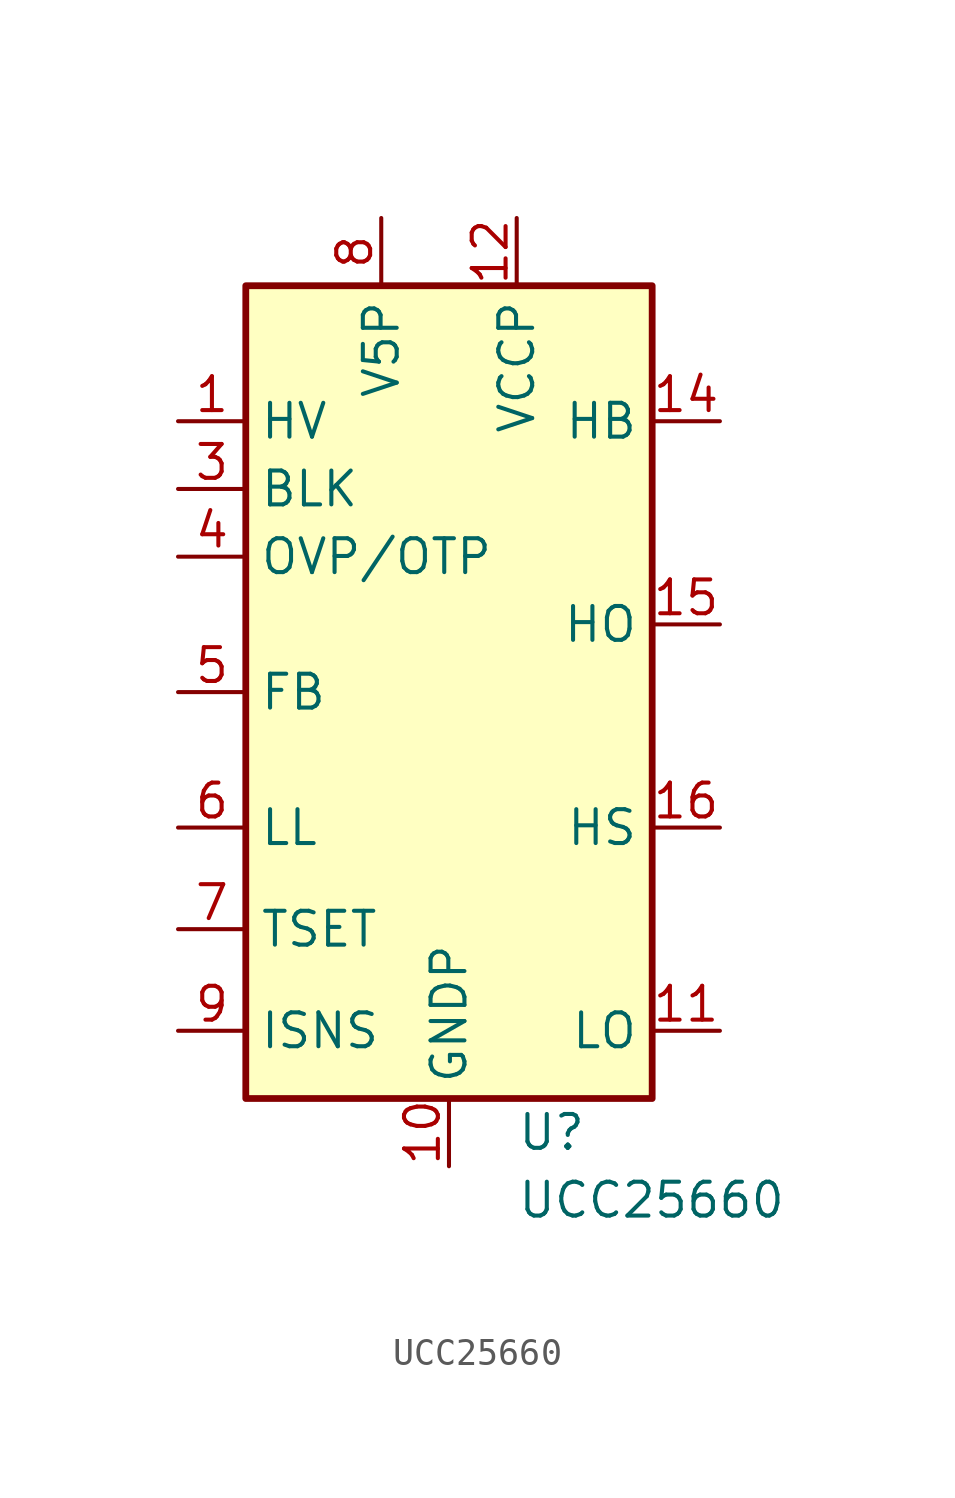
<source format=kicad_sym>
(kicad_symbol_lib
  (version 20220914)
  (generator kicad_db_lib)
  (symbol "UCC25660"
    (property "Reference" "U"
      (at 2.54 -16.51 0)
      (effects (font (size 1.27 1.27)) (justify left)))
    (property "Value" "UCC25660"
      (at 2.54 -19.05 0)
      (effects (font (size 1.27 1.27)) (justify left)))
    (symbol "UCC25660_0_1"
      (rectangle (start -7.62 15.24) (end 7.62 -15.24) (stroke (width 0.254) (type default)) (fill (type background))))
    (symbol "UCC25660_1_1"
      (pin input line (at -10.16 10.16 0) (length 2.54) (name "HV" (effects (font (size 1.27 1.27)))) (number "1" (effects (font (size 1.27 1.27)))))
      (pin power_in line (at 0 -17.78 90) (length 2.54) (name "GNDP" (effects (font (size 1.27 1.27)))) (number "10" (effects (font (size 1.27 1.27)))))
      (pin output line (at 10.16 -12.7 180) (length 2.54) (name "LO" (effects (font (size 1.27 1.27)))) (number "11" (effects (font (size 1.27 1.27)))))
      (pin power_in line (at 2.54 17.78 270) (length 2.54) (name "VCCP" (effects (font (size 1.27 1.27)))) (number "12" (effects (font (size 1.27 1.27)))))
      (pin input line (at 10.16 10.16 180) (length 2.54) (name "HB" (effects (font (size 1.27 1.27)))) (number "14" (effects (font (size 1.27 1.27)))))
      (pin output line (at 10.16 2.54 180) (length 2.54) (name "HO" (effects (font (size 1.27 1.27)))) (number "15" (effects (font (size 1.27 1.27)))))
      (pin input line (at 10.16 -5.08 180) (length 2.54) (name "HS" (effects (font (size 1.27 1.27)))) (number "16" (effects (font (size 1.27 1.27)))))
      (pin input line (at -10.16 7.62 0) (length 2.54) (name "BLK" (effects (font (size 1.27 1.27)))) (number "3" (effects (font (size 1.27 1.27)))))
      (pin input line (at -10.16 5.08 0) (length 2.54) (name "OVP/OTP" (effects (font (size 1.27 1.27)))) (number "4" (effects (font (size 1.27 1.27)))))
      (pin input line (at -10.16 0 0) (length 2.54) (name "FB" (effects (font (size 1.27 1.27)))) (number "5" (effects (font (size 1.27 1.27)))))
      (pin input line (at -10.16 -5.08 0) (length 2.54) (name "LL" (effects (font (size 1.27 1.27)))) (number "6" (effects (font (size 1.27 1.27)))))
      (pin bidirectional line (at -10.16 -8.89 0) (length 2.54) (name "TSET" (effects (font (size 1.27 1.27)))) (number "7" (effects (font (size 1.27 1.27)))))
      (pin power_out line (at -2.54 17.78 270) (length 2.54) (name "V5P" (effects (font (size 1.27 1.27)))) (number "8" (effects (font (size 1.27 1.27)))))
      (pin input line (at -10.16 -12.7 0) (length 2.54) (name "ISNS" (effects (font (size 1.27 1.27)))) (number "9" (effects (font (size 1.27 1.27))))))))
</source>
